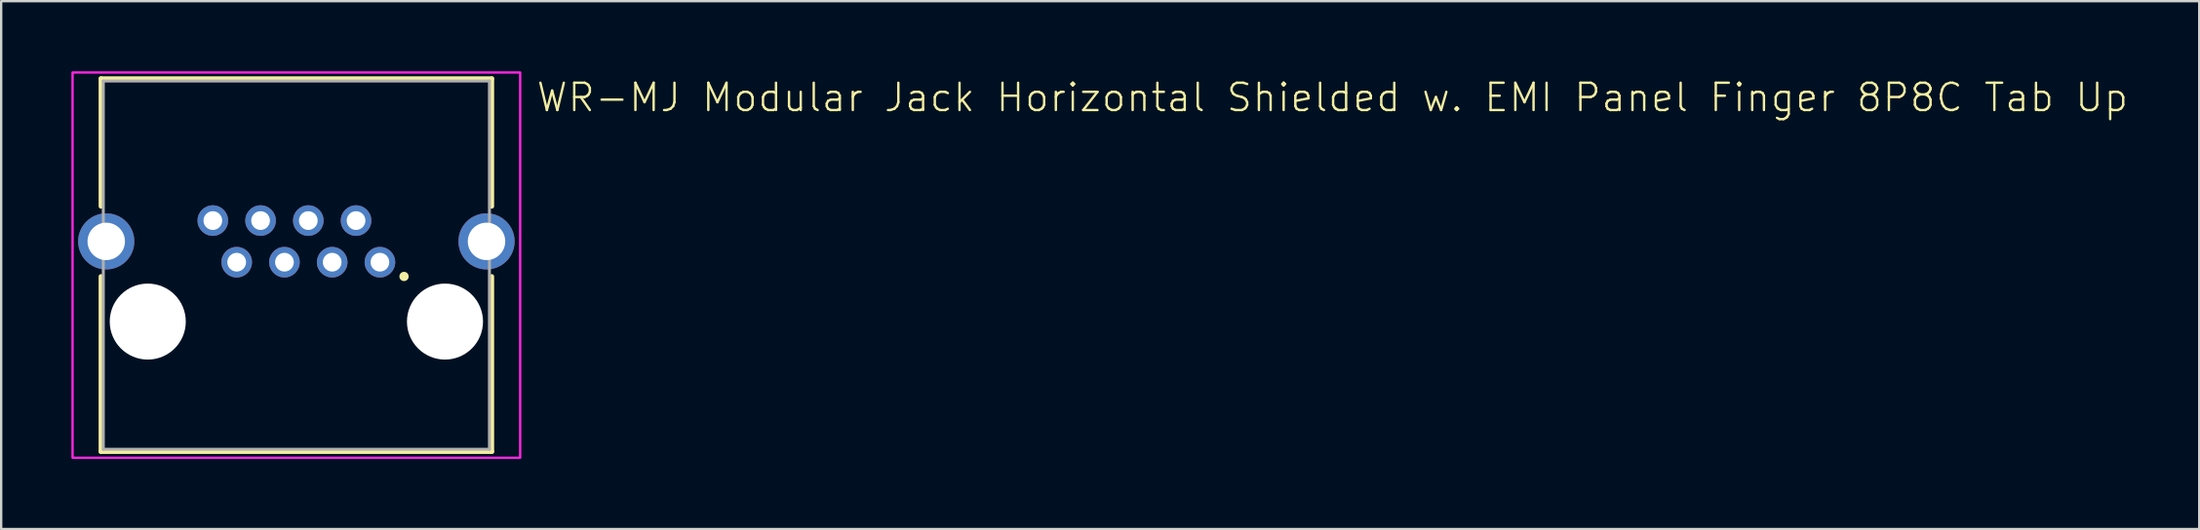
<source format=kicad_pcb>
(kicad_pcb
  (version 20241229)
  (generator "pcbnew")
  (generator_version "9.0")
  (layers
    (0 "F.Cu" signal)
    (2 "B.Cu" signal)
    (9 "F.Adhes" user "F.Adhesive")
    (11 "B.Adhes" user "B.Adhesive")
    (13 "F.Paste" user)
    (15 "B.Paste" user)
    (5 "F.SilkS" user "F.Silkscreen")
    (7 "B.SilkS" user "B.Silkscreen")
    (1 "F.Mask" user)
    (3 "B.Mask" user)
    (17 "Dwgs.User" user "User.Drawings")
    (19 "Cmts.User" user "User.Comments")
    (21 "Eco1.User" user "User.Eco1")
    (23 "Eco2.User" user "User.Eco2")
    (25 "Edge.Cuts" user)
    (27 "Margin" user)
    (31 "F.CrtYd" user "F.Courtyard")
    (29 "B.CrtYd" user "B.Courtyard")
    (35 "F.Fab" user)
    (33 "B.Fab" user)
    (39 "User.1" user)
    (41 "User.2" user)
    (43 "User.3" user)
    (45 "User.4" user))
  (footprint "WR-MJ Modular Jack Horizontal Shielded w. EMI Panel Finger 8P8C Tab Up"
    (layer "F.Cu")
    (at 9.614 8.289)
    (property "Reference" "WR-MJ Modular Jack Horizontal Shielded w. EMI Panel Finger 8P8C Tab Up" (at 10.193 -6.485 0) (unlocked yes) (layer "F.SilkS") (effects (font (size 1.168 1.168) (thickness 0.102)) (justify left bottom)))
    (fp_line (start -8.35 -7.975) (end -8.35 -2.515) (stroke (width 0.2) (type solid)) (layer "F.SilkS"))
    (fp_line (start -8.35 -7.975) (end 8.35 -7.975) (stroke (width 0.2) (type solid)) (layer "F.SilkS"))
    (fp_line (start -8.35 0.485) (end -8.35 7.975) (stroke (width 0.2) (type solid)) (layer "F.SilkS"))
    (fp_line (start -8.35 7.975) (end 8.35 7.975) (stroke (width 0.2) (type solid)) (layer "F.SilkS"))
    (fp_line (start 8.35 -7.975) (end 8.35 -2.515) (stroke (width 0.2) (type solid)) (layer "F.SilkS"))
    (fp_line (start 8.35 7.975) (end 8.35 0.485) (stroke (width 0.2) (type solid)) (layer "F.SilkS"))
    (fp_circle (center 4.6 0.485) (end 4.7 0.485) (stroke (width 0.2) (type solid)) (fill no) (layer "F.SilkS"))
    (fp_poly (pts (xy 9.563 8.239) (xy -9.563 8.239) (xy -9.563 -8.239) (xy 9.563 -8.239)) (stroke (width 0.1) (type default)) (fill no) (layer "F.CrtYd"))
    (fp_line (start -8.25 -7.875) (end 8.25 -7.875) (stroke (width 0.127) (type solid)) (layer "F.Fab"))
    (fp_line (start -8.25 7.875) (end -8.25 -7.875) (stroke (width 0.127) (type solid)) (layer "F.Fab"))
    (fp_line (start 8.25 -7.875) (end 8.25 7.875) (stroke (width 0.127) (type solid)) (layer "F.Fab"))
    (fp_line (start 8.25 7.875) (end -8.25 7.875) (stroke (width 0.127) (type solid)) (layer "F.Fab"))
    (pad "" np_thru_hole circle (at -6.35 2.415) (size 3.25 3.25) (drill 3.25) (layers "*.Cu" "*.Mask"))
    (pad "" np_thru_hole circle (at 6.35 2.415) (size 3.25 3.25) (drill 3.25) (layers "*.Cu" "*.Mask"))
    (pad "1" thru_hole circle (at 3.57 -0.125) (size 1.308 1.308) (drill 0.8) (layers "*.Cu" "*.Mask"))
    (pad "2" thru_hole circle (at 2.55 -1.905) (size 1.308 1.308) (drill 0.8) (layers "*.Cu" "*.Mask"))
    (pad "3" thru_hole circle (at 1.53 -0.125) (size 1.308 1.308) (drill 0.8) (layers "*.Cu" "*.Mask"))
    (pad "4" thru_hole circle (at 0.51 -1.905) (size 1.308 1.308) (drill 0.8) (layers "*.Cu" "*.Mask"))
    (pad "5" thru_hole circle (at -0.51 -0.125) (size 1.308 1.308) (drill 0.8) (layers "*.Cu" "*.Mask"))
    (pad "6" thru_hole circle (at -1.53 -1.905) (size 1.308 1.308) (drill 0.8) (layers "*.Cu" "*.Mask"))
    (pad "7" thru_hole circle (at -2.55 -0.125) (size 1.308 1.308) (drill 0.8) (layers "*.Cu" "*.Mask"))
    (pad "8" thru_hole circle (at -3.57 -1.905) (size 1.308 1.308) (drill 0.8) (layers "*.Cu" "*.Mask"))
    (pad "S1" thru_hole circle (at -8.125 -1.015) (size 2.4 2.4) (drill 1.6) (layers "*.Cu" "*.Mask"))
    (pad "S2" thru_hole circle (at 8.125 -1.015) (size 2.4 2.4) (drill 1.6) (layers "*.Cu" "*.Mask")))
  (gr_rect
    (start -3 -3)
    (end 90.923 19.577)
    (stroke (width 0.1) (type default))
    (fill no)
    (layer "Edge.Cuts")))
</source>
